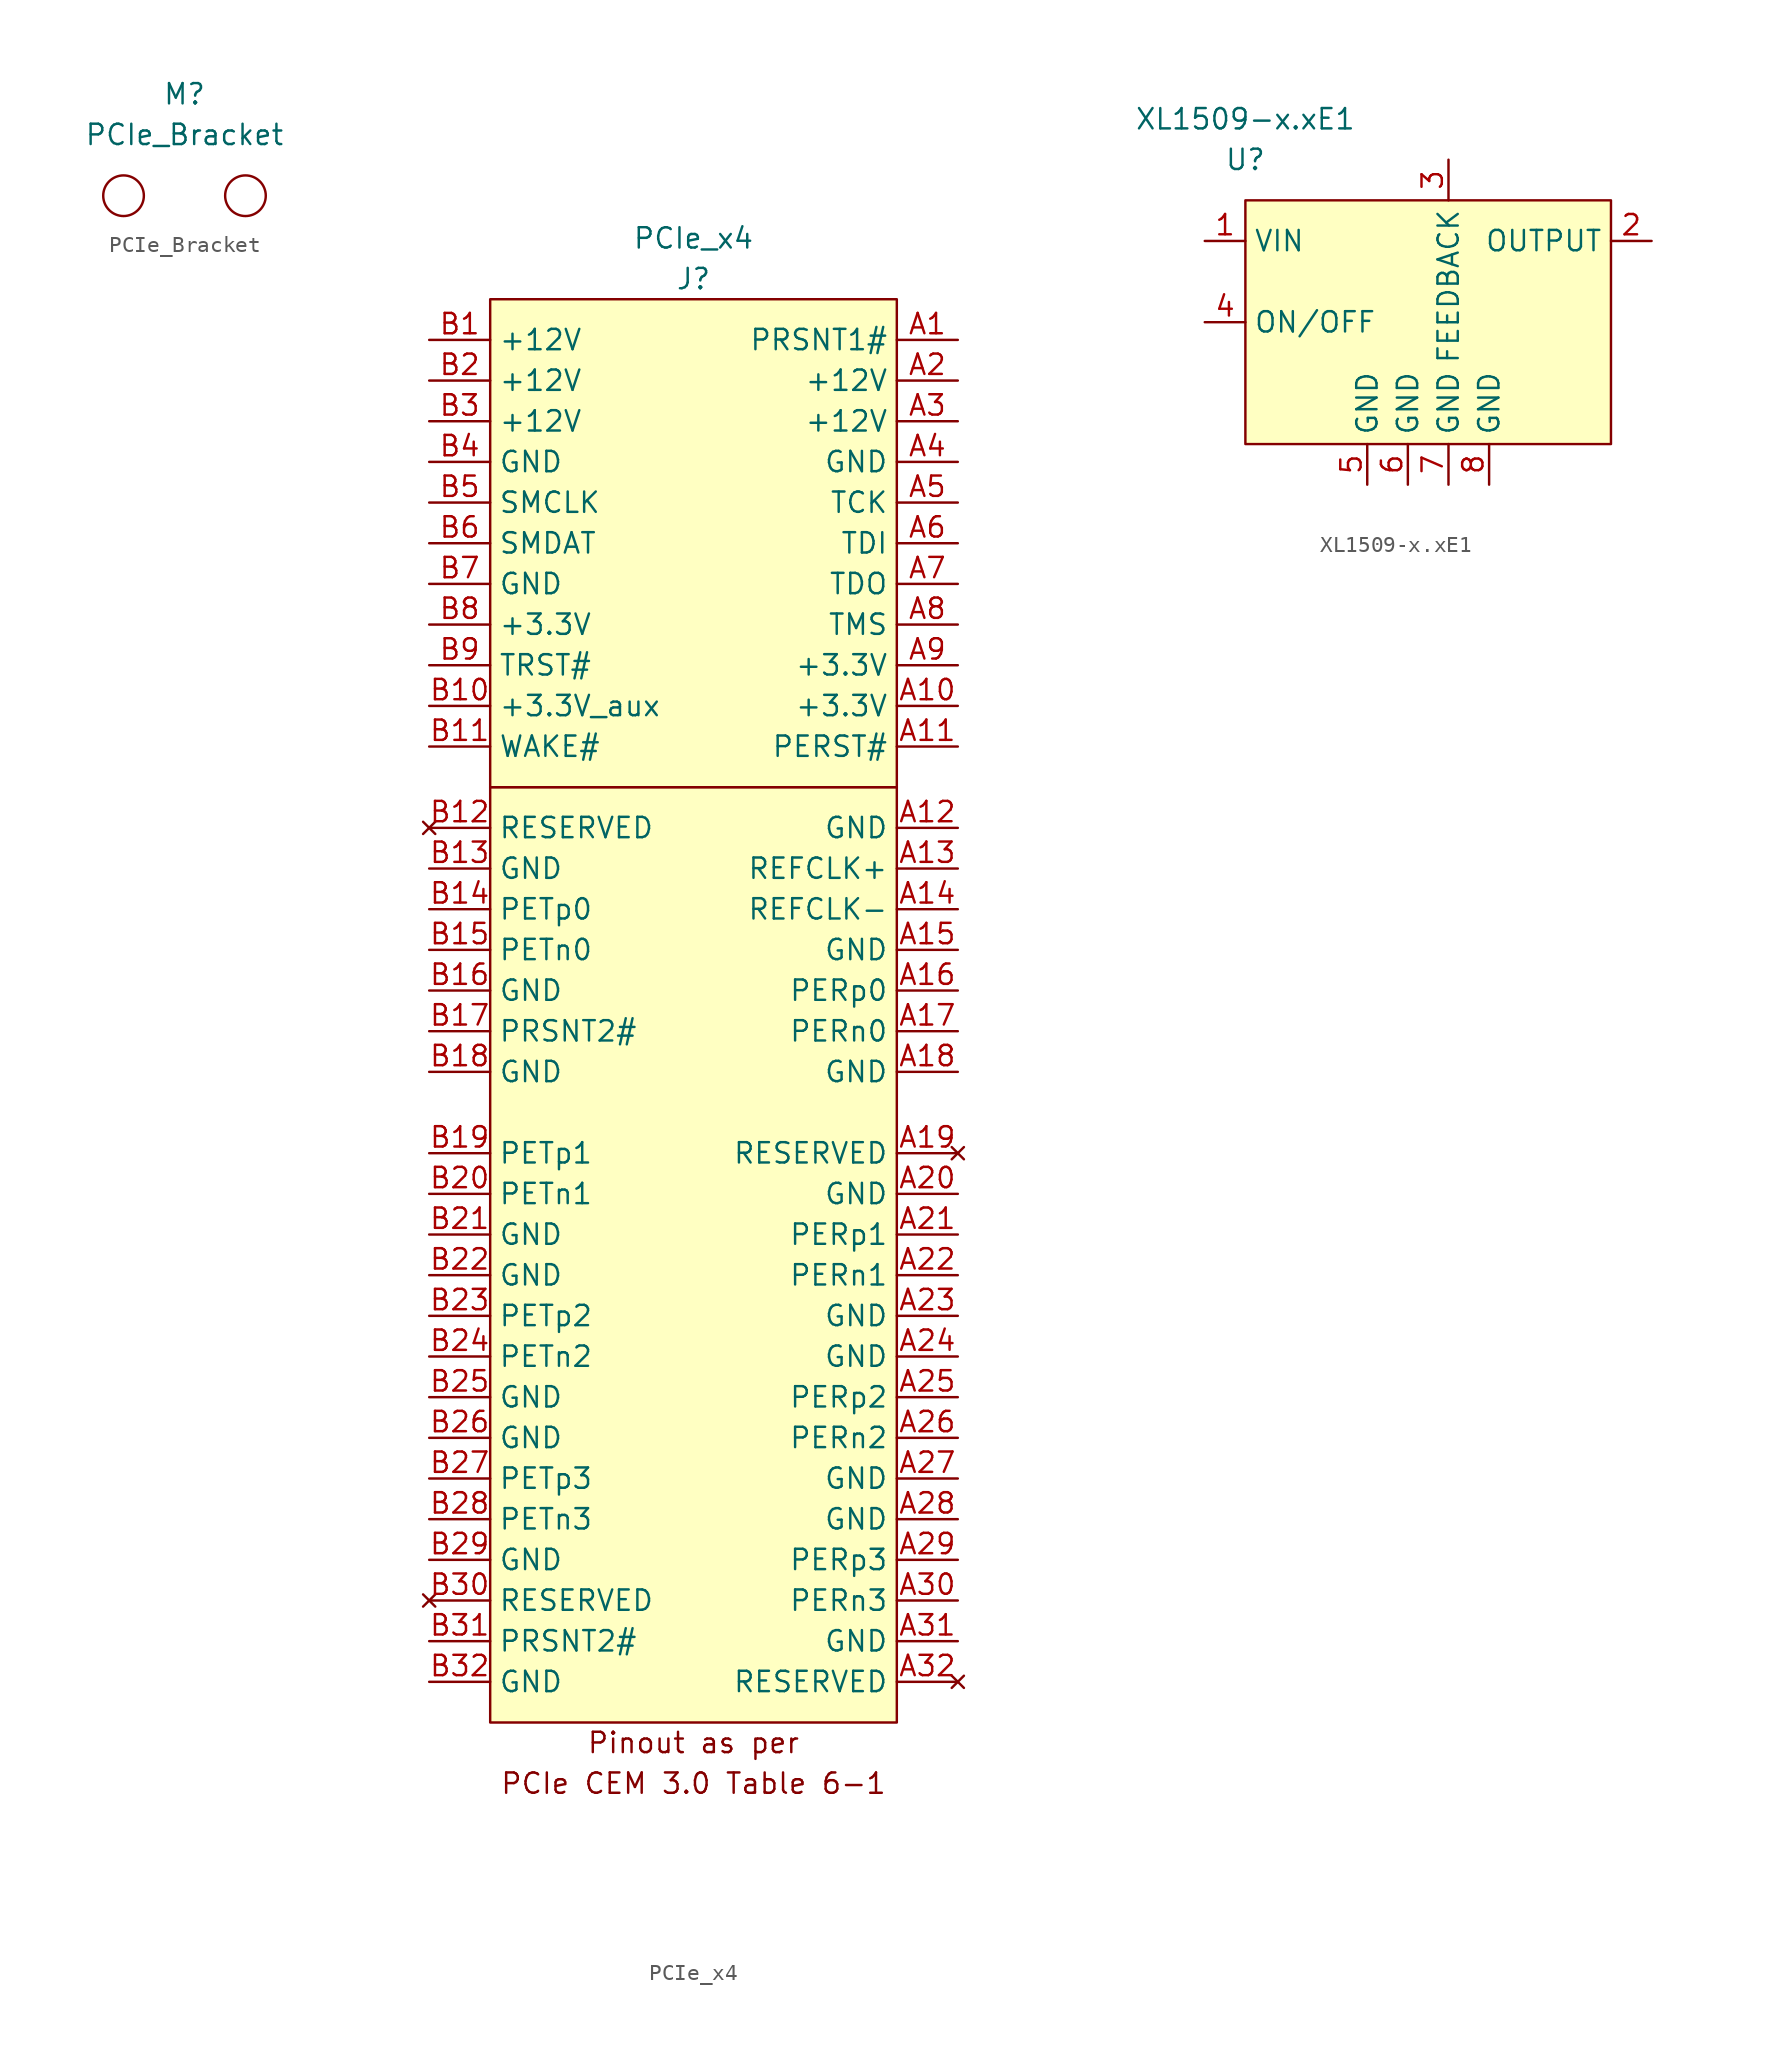
<source format=kicad_sym>
(kicad_symbol_lib
  (version 20220914)
  (generator kicad_symbol_editor)
  (symbol "PCIe_Bracket"
    (property "Reference" "M"
      (at 0 3.81 0)
      (effects (font (size 1.27 1.27))))
    (property "Value" "PCIe_Bracket"
      (at 0 1.27 0)
      (effects (font (size 1.27 1.27))))
    (symbol "PCIe_Bracket_0_1"
      (circle (center -3.81 -2.54) (radius 1.27) (stroke (width 0) (type default)) (fill (type none)))
      (circle (center 3.81 -2.54) (radius 1.27) (stroke (width 0) (type default)) (fill (type none)))))
  (symbol "PCIe_x4"
    (property "Reference" "J"
      (at 0 1.27 0)
      (effects (font (size 1.27 1.27))))
    (property "Value" "PCIe_x4"
      (at 0 3.81 0)
      (effects (font (size 1.27 1.27))))
    (symbol "PCIe_x4_0_0"
      (text "PCIe CEM 3.0 Table 6-1" (at 0 -92.71 0) (effects (font (size 1.27 1.27))))
      (text "Pinout as per" (at 0 -90.17 0) (effects (font (size 1.27 1.27)))))
    (symbol "PCIe_x4_0_1"
      (rectangle (start -12.7 -30.48) (end 12.7 -88.9) (stroke (width 0) (type default)) (fill (type background)))
      (rectangle (start -12.7 0) (end 12.7 -30.48) (stroke (width 0) (type default)) (fill (type background))))
    (symbol "PCIe_x4_1_1"
      (pin passive line (at 16.51 -2.54 180) (length 3.81) (name "PRSNT1#" (effects (font (size 1.27 1.27)))) (number "A1" (effects (font (size 1.27 1.27)))))
      (pin power_in line (at 16.51 -25.4 180) (length 3.81) (name "+3.3V" (effects (font (size 1.27 1.27)))) (number "A10" (effects (font (size 1.27 1.27)))))
      (pin open_collector line (at 16.51 -27.94 180) (length 3.81) (name "PERST#" (effects (font (size 1.27 1.27)))) (number "A11" (effects (font (size 1.27 1.27)))))
      (pin power_in line (at 16.51 -33.02 180) (length 3.81) (name "GND" (effects (font (size 1.27 1.27)))) (number "A12" (effects (font (size 1.27 1.27)))))
      (pin output line (at 16.51 -35.56 180) (length 3.81) (name "REFCLK+" (effects (font (size 1.27 1.27)))) (number "A13" (effects (font (size 1.27 1.27)))))
      (pin output line (at 16.51 -38.1 180) (length 3.81) (name "REFCLK-" (effects (font (size 1.27 1.27)))) (number "A14" (effects (font (size 1.27 1.27)))))
      (pin power_in line (at 16.51 -40.64 180) (length 3.81) (name "GND" (effects (font (size 1.27 1.27)))) (number "A15" (effects (font (size 1.27 1.27)))))
      (pin input line (at 16.51 -43.18 180) (length 3.81) (name "PERp0" (effects (font (size 1.27 1.27)))) (number "A16" (effects (font (size 1.27 1.27)))))
      (pin input line (at 16.51 -45.72 180) (length 3.81) (name "PERn0" (effects (font (size 1.27 1.27)))) (number "A17" (effects (font (size 1.27 1.27)))))
      (pin power_in line (at 16.51 -48.26 180) (length 3.81) (name "GND" (effects (font (size 1.27 1.27)))) (number "A18" (effects (font (size 1.27 1.27)))))
      (pin no_connect line (at 16.51 -53.34 180) (length 3.81) (name "RESERVED" (effects (font (size 1.27 1.27)))) (number "A19" (effects (font (size 1.27 1.27)))))
      (pin power_in line (at 16.51 -5.08 180) (length 3.81) (name "+12V" (effects (font (size 1.27 1.27)))) (number "A2" (effects (font (size 1.27 1.27)))))
      (pin power_in line (at 16.51 -55.88 180) (length 3.81) (name "GND" (effects (font (size 1.27 1.27)))) (number "A20" (effects (font (size 1.27 1.27)))))
      (pin input line (at 16.51 -58.42 180) (length 3.81) (name "PERp1" (effects (font (size 1.27 1.27)))) (number "A21" (effects (font (size 1.27 1.27)))))
      (pin input line (at 16.51 -60.96 180) (length 3.81) (name "PERn1" (effects (font (size 1.27 1.27)))) (number "A22" (effects (font (size 1.27 1.27)))))
      (pin power_in line (at 16.51 -63.5 180) (length 3.81) (name "GND" (effects (font (size 1.27 1.27)))) (number "A23" (effects (font (size 1.27 1.27)))))
      (pin power_in line (at 16.51 -66.04 180) (length 3.81) (name "GND" (effects (font (size 1.27 1.27)))) (number "A24" (effects (font (size 1.27 1.27)))))
      (pin input line (at 16.51 -68.58 180) (length 3.81) (name "PERp2" (effects (font (size 1.27 1.27)))) (number "A25" (effects (font (size 1.27 1.27)))))
      (pin input line (at 16.51 -71.12 180) (length 3.81) (name "PERn2" (effects (font (size 1.27 1.27)))) (number "A26" (effects (font (size 1.27 1.27)))))
      (pin power_in line (at 16.51 -73.66 180) (length 3.81) (name "GND" (effects (font (size 1.27 1.27)))) (number "A27" (effects (font (size 1.27 1.27)))))
      (pin power_in line (at 16.51 -76.2 180) (length 3.81) (name "GND" (effects (font (size 1.27 1.27)))) (number "A28" (effects (font (size 1.27 1.27)))))
      (pin input line (at 16.51 -78.74 180) (length 3.81) (name "PERp3" (effects (font (size 1.27 1.27)))) (number "A29" (effects (font (size 1.27 1.27)))))
      (pin power_in line (at 16.51 -7.62 180) (length 3.81) (name "+12V" (effects (font (size 1.27 1.27)))) (number "A3" (effects (font (size 1.27 1.27)))))
      (pin input line (at 16.51 -81.28 180) (length 3.81) (name "PERn3" (effects (font (size 1.27 1.27)))) (number "A30" (effects (font (size 1.27 1.27)))))
      (pin power_in line (at 16.51 -83.82 180) (length 3.81) (name "GND" (effects (font (size 1.27 1.27)))) (number "A31" (effects (font (size 1.27 1.27)))))
      (pin no_connect line (at 16.51 -86.36 180) (length 3.81) (name "RESERVED" (effects (font (size 1.27 1.27)))) (number "A32" (effects (font (size 1.27 1.27)))))
      (pin power_in line (at 16.51 -10.16 180) (length 3.81) (name "GND" (effects (font (size 1.27 1.27)))) (number "A4" (effects (font (size 1.27 1.27)))))
      (pin output line (at 16.51 -12.7 180) (length 3.81) (name "TCK" (effects (font (size 1.27 1.27)))) (number "A5" (effects (font (size 1.27 1.27)))))
      (pin output line (at 16.51 -15.24 180) (length 3.81) (name "TDI" (effects (font (size 1.27 1.27)))) (number "A6" (effects (font (size 1.27 1.27)))))
      (pin input line (at 16.51 -17.78 180) (length 3.81) (name "TDO" (effects (font (size 1.27 1.27)))) (number "A7" (effects (font (size 1.27 1.27)))))
      (pin output line (at 16.51 -20.32 180) (length 3.81) (name "TMS" (effects (font (size 1.27 1.27)))) (number "A8" (effects (font (size 1.27 1.27)))))
      (pin power_in line (at 16.51 -22.86 180) (length 3.81) (name "+3.3V" (effects (font (size 1.27 1.27)))) (number "A9" (effects (font (size 1.27 1.27)))))
      (pin power_in line (at -16.51 -2.54 0) (length 3.81) (name "+12V" (effects (font (size 1.27 1.27)))) (number "B1" (effects (font (size 1.27 1.27)))))
      (pin power_in line (at -16.51 -25.4 0) (length 3.81) (name "+3.3V_aux" (effects (font (size 1.27 1.27)))) (number "B10" (effects (font (size 1.27 1.27)))))
      (pin open_collector line (at -16.51 -27.94 0) (length 3.81) (name "WAKE#" (effects (font (size 1.27 1.27)))) (number "B11" (effects (font (size 1.27 1.27)))))
      (pin no_connect line (at -16.51 -33.02 0) (length 3.81) (name "RESERVED" (effects (font (size 1.27 1.27)))) (number "B12" (effects (font (size 1.27 1.27)))))
      (pin power_in line (at -16.51 -35.56 0) (length 3.81) (name "GND" (effects (font (size 1.27 1.27)))) (number "B13" (effects (font (size 1.27 1.27)))))
      (pin output line (at -16.51 -38.1 0) (length 3.81) (name "PETp0" (effects (font (size 1.27 1.27)))) (number "B14" (effects (font (size 1.27 1.27)))))
      (pin output line (at -16.51 -40.64 0) (length 3.81) (name "PETn0" (effects (font (size 1.27 1.27)))) (number "B15" (effects (font (size 1.27 1.27)))))
      (pin power_in line (at -16.51 -43.18 0) (length 3.81) (name "GND" (effects (font (size 1.27 1.27)))) (number "B16" (effects (font (size 1.27 1.27)))))
      (pin passive line (at -16.51 -45.72 0) (length 3.81) (name "PRSNT2#" (effects (font (size 1.27 1.27)))) (number "B17" (effects (font (size 1.27 1.27)))))
      (pin power_in line (at -16.51 -48.26 0) (length 3.81) (name "GND" (effects (font (size 1.27 1.27)))) (number "B18" (effects (font (size 1.27 1.27)))))
      (pin input line (at -16.51 -53.34 0) (length 3.81) (name "PETp1" (effects (font (size 1.27 1.27)))) (number "B19" (effects (font (size 1.27 1.27)))))
      (pin power_in line (at -16.51 -5.08 0) (length 3.81) (name "+12V" (effects (font (size 1.27 1.27)))) (number "B2" (effects (font (size 1.27 1.27)))))
      (pin input line (at -16.51 -55.88 0) (length 3.81) (name "PETn1" (effects (font (size 1.27 1.27)))) (number "B20" (effects (font (size 1.27 1.27)))))
      (pin power_in line (at -16.51 -58.42 0) (length 3.81) (name "GND" (effects (font (size 1.27 1.27)))) (number "B21" (effects (font (size 1.27 1.27)))))
      (pin power_in line (at -16.51 -60.96 0) (length 3.81) (name "GND" (effects (font (size 1.27 1.27)))) (number "B22" (effects (font (size 1.27 1.27)))))
      (pin input line (at -16.51 -63.5 0) (length 3.81) (name "PETp2" (effects (font (size 1.27 1.27)))) (number "B23" (effects (font (size 1.27 1.27)))))
      (pin input line (at -16.51 -66.04 0) (length 3.81) (name "PETn2" (effects (font (size 1.27 1.27)))) (number "B24" (effects (font (size 1.27 1.27)))))
      (pin power_in line (at -16.51 -68.58 0) (length 3.81) (name "GND" (effects (font (size 1.27 1.27)))) (number "B25" (effects (font (size 1.27 1.27)))))
      (pin power_in line (at -16.51 -71.12 0) (length 3.81) (name "GND" (effects (font (size 1.27 1.27)))) (number "B26" (effects (font (size 1.27 1.27)))))
      (pin input line (at -16.51 -73.66 0) (length 3.81) (name "PETp3" (effects (font (size 1.27 1.27)))) (number "B27" (effects (font (size 1.27 1.27)))))
      (pin input line (at -16.51 -76.2 0) (length 3.81) (name "PETn3" (effects (font (size 1.27 1.27)))) (number "B28" (effects (font (size 1.27 1.27)))))
      (pin power_in line (at -16.51 -78.74 0) (length 3.81) (name "GND" (effects (font (size 1.27 1.27)))) (number "B29" (effects (font (size 1.27 1.27)))))
      (pin power_in line (at -16.51 -7.62 0) (length 3.81) (name "+12V" (effects (font (size 1.27 1.27)))) (number "B3" (effects (font (size 1.27 1.27)))))
      (pin no_connect line (at -16.51 -81.28 0) (length 3.81) (name "RESERVED" (effects (font (size 1.27 1.27)))) (number "B30" (effects (font (size 1.27 1.27)))))
      (pin passive line (at -16.51 -83.82 0) (length 3.81) (name "PRSNT2#" (effects (font (size 1.27 1.27)))) (number "B31" (effects (font (size 1.27 1.27)))))
      (pin power_in line (at -16.51 -86.36 0) (length 3.81) (name "GND" (effects (font (size 1.27 1.27)))) (number "B32" (effects (font (size 1.27 1.27)))))
      (pin power_in line (at -16.51 -10.16 0) (length 3.81) (name "GND" (effects (font (size 1.27 1.27)))) (number "B4" (effects (font (size 1.27 1.27)))))
      (pin open_collector line (at -16.51 -12.7 0) (length 3.81) (name "SMCLK" (effects (font (size 1.27 1.27)))) (number "B5" (effects (font (size 1.27 1.27)))))
      (pin bidirectional line (at -16.51 -15.24 0) (length 3.81) (name "SMDAT" (effects (font (size 1.27 1.27)))) (number "B6" (effects (font (size 1.27 1.27)))))
      (pin power_in line (at -16.51 -17.78 0) (length 3.81) (name "GND" (effects (font (size 1.27 1.27)))) (number "B7" (effects (font (size 1.27 1.27)))))
      (pin power_in line (at -16.51 -20.32 0) (length 3.81) (name "+3.3V" (effects (font (size 1.27 1.27)))) (number "B8" (effects (font (size 1.27 1.27)))))
      (pin bidirectional line (at -16.51 -22.86 0) (length 3.81) (name "TRST#" (effects (font (size 1.27 1.27)))) (number "B9" (effects (font (size 1.27 1.27)))))))
  (symbol "XL1509-x.xE1"
    (property "Reference" "U"
      (at 0 0 0)
      (effects (font (size 1.27 1.27))))
    (property "Value" "XL1509-x.xE1"
      (at 0 2.54 0)
      (effects (font (size 1.27 1.27))))
    (symbol "XL1509-x.xE1_0_1"
      (rectangle (start 0 -2.54) (end 22.86 -17.78) (stroke (width 0) (type default)) (fill (type background))))
    (symbol "XL1509-x.xE1_1_1"
      (pin power_in line (at -2.54 -5.08 0) (length 2.54) (name "VIN" (effects (font (size 1.27 1.27)))) (number "1" (effects (font (size 1.27 1.27)))))
      (pin power_in line (at 25.4 -5.08 180) (length 2.54) (name "OUTPUT" (effects (font (size 1.27 1.27)))) (number "2" (effects (font (size 1.27 1.27)))))
      (pin input line (at 12.7 0 270) (length 2.54) (name "FEEDBACK" (effects (font (size 1.27 1.27)))) (number "3" (effects (font (size 1.27 1.27)))))
      (pin input line (at -2.54 -10.16 0) (length 2.54) (name "ON/OFF" (effects (font (size 1.27 1.27)))) (number "4" (effects (font (size 1.27 1.27)))))
      (pin power_in line (at 7.62 -20.32 90) (length 2.54) (name "GND" (effects (font (size 1.27 1.27)))) (number "5" (effects (font (size 1.27 1.27)))))
      (pin power_in line (at 10.16 -20.32 90) (length 2.54) (name "GND" (effects (font (size 1.27 1.27)))) (number "6" (effects (font (size 1.27 1.27)))))
      (pin power_in line (at 12.7 -20.32 90) (length 2.54) (name "GND" (effects (font (size 1.27 1.27)))) (number "7" (effects (font (size 1.27 1.27)))))
      (pin power_in line (at 15.24 -20.32 90) (length 2.54) (name "GND" (effects (font (size 1.27 1.27)))) (number "8" (effects (font (size 1.27 1.27))))))))
</source>
